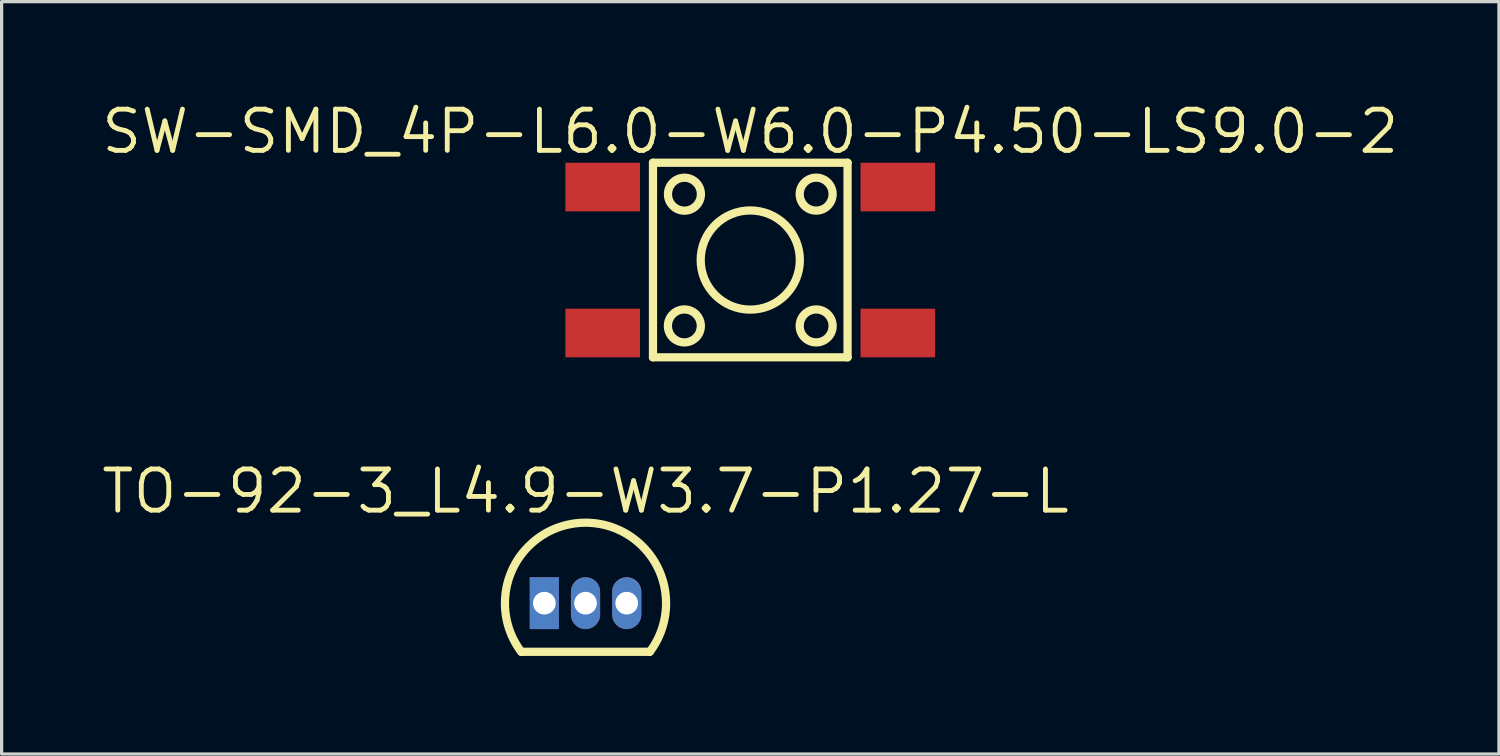
<source format=kicad_pcb>
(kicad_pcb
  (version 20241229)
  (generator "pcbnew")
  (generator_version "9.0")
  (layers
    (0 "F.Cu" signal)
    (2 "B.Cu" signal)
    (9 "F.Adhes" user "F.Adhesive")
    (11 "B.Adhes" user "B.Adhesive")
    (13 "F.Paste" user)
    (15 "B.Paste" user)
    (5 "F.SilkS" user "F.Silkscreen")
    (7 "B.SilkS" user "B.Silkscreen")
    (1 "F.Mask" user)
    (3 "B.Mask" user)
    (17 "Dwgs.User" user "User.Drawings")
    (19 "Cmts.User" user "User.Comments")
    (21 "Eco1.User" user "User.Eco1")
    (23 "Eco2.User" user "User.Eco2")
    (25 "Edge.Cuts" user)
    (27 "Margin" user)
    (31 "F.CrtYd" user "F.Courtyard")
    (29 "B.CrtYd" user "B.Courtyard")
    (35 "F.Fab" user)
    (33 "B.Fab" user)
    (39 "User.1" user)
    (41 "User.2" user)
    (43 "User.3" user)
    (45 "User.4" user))
  (footprint "SW-SMD_4P-L6.0-W6.0-P4.50-LS9.0-2"
    (layer "F.Cu")
    (at 20.085 4.968)
    (property "Reference" "SW-SMD_4P-L6.0-W6.0-P4.50-LS9.0-2" (at 0 -3.962 0) (layer "F.SilkS") (effects (font (size 1.27 1.27) (thickness 0.15))))
    (fp_line (start -3 -3) (end 3 -3) (stroke (width 0.254) (type default)) (layer "F.SilkS"))
    (fp_line (start -3 3) (end -3 -3) (stroke (width 0.254) (type default)) (layer "F.SilkS"))
    (fp_line (start 3 -3) (end 3 3) (stroke (width 0.254) (type default)) (layer "F.SilkS"))
    (fp_line (start 3 3) (end -3 3) (stroke (width 0.254) (type default)) (layer "F.SilkS"))
    (fp_circle (center -2.032 2.032) (end -1.524 2.032) (stroke (width 0.254) (type default)) (fill no) (layer "F.SilkS"))
    (fp_circle (center -2.03 -2.03) (end -1.522 -2.03) (stroke (width 0.254) (type default)) (fill no) (layer "F.SilkS"))
    (fp_circle (center 0 0.0001) (end 1.529 0.0001) (stroke (width 0.254) (type default)) (fill no) (layer "F.SilkS"))
    (fp_circle (center 2.032 -2.032) (end 2.54 -2.032) (stroke (width 0.254) (type default)) (fill no) (layer "F.SilkS"))
    (fp_circle (center 2.032 2.032) (end 2.54 2.032) (stroke (width 0.254) (type default)) (fill no) (layer "F.SilkS"))
    (fp_circle (center -4.5 -3) (end -4.47 -3) (stroke (width 0.06) (type default)) (fill no) (layer "User.5"))
    (pad "1" smd rect (at -4.55 -2.25) (size 2.3 1.5) (layers "F.Cu" "F.Mask" "F.Paste"))
    (pad "2" smd rect (at 4.55 -2.25) (size 2.3 1.5) (layers "F.Cu" "F.Mask" "F.Paste"))
    (pad "3" smd rect (at -4.55 2.25) (size 2.3 1.5) (layers "F.Cu" "F.Mask" "F.Paste"))
    (pad "4" smd rect (at 4.55 2.25) (size 2.3 1.5) (layers "F.Cu" "F.Mask" "F.Paste"))
    (zone (net_name "") (layer "User.3") (hatch edge 0.5) (priority 100) (connect_pads yes) (min_thickness 0) (filled_areas_thickness no) (fill yes) (polygon (pts (xy 17.085 1.968) (xy 23.085 1.968) (xy 23.085 7.968) (xy 17.085 7.968))) (filled_polygon (layer "User.3") (island) (pts (xy 17.085 1.968) (xy 23.085 1.968) (xy 23.085 7.968) (xy 17.085 7.968))))
    (zone (net_name "") (layer "User.4") (hatch edge 0.5) (priority 100) (connect_pads yes) (min_thickness 0) (filled_areas_thickness no) (fill yes) (polygon (pts (xy 15.585 3.068) (xy 15.585 2.368) (xy 16.585 2.368) (xy 16.585 3.068))) (filled_polygon (layer "User.4") (island) (pts (xy 15.585 3.068) (xy 15.585 2.368) (xy 16.585 2.368) (xy 16.585 3.068))))
    (zone (net_name "") (layer "User.4") (hatch edge 0.5) (priority 100) (connect_pads yes) (min_thickness 0) (filled_areas_thickness no) (fill yes) (polygon (pts (xy 15.585 7.568) (xy 15.585 6.868) (xy 16.585 6.868) (xy 16.585 7.568))) (filled_polygon (layer "User.4") (island) (pts (xy 15.585 7.568) (xy 15.585 6.868) (xy 16.585 6.868) (xy 16.585 7.568))))
    (zone (net_name "") (layer "User.4") (hatch edge 0.5) (priority 100) (connect_pads) (min_thickness 0) (filled_areas_thickness no) (keepout (tracks allowed) (vias allowed) (pads allowed) (copperpour not_allowed) (footprints allowed)) (placement (enabled no)) (fill) (polygon (pts (xy 16.575 3.068) (xy 16.575 2.368) (xy 17.095 2.368) (xy 17.095 3.068))))
    (zone (net_name "") (layer "User.4") (hatch edge 0.5) (priority 100) (connect_pads) (min_thickness 0) (filled_areas_thickness no) (keepout (tracks allowed) (vias allowed) (pads allowed) (copperpour not_allowed) (footprints allowed)) (placement (enabled no)) (fill) (polygon (pts (xy 16.575 7.568) (xy 16.575 6.868) (xy 17.095 6.868) (xy 17.095 7.568))))
    (zone (net_name "") (layer "User.4") (hatch edge 0.5) (priority 100) (connect_pads) (min_thickness 0) (filled_areas_thickness no) (keepout (tracks allowed) (vias allowed) (pads allowed) (copperpour not_allowed) (footprints allowed)) (placement (enabled no)) (fill) (polygon (pts (xy 23.075 3.068) (xy 23.075 2.368) (xy 23.595 2.368) (xy 23.595 3.068))))
    (zone (net_name "") (layer "User.4") (hatch edge 0.5) (priority 100) (connect_pads) (min_thickness 0) (filled_areas_thickness no) (keepout (tracks allowed) (vias allowed) (pads allowed) (copperpour not_allowed) (footprints allowed)) (placement (enabled no)) (fill) (polygon (pts (xy 23.075 7.568) (xy 23.075 6.868) (xy 23.595 6.868) (xy 23.595 7.568))))
    (zone (net_name "") (layer "User.4") (hatch edge 0.5) (priority 100) (connect_pads yes) (min_thickness 0) (filled_areas_thickness no) (fill yes) (polygon (pts (xy 23.585 3.068) (xy 23.585 2.368) (xy 24.585 2.368) (xy 24.585 3.068))) (filled_polygon (layer "User.4") (island) (pts (xy 23.585 3.068) (xy 23.585 2.368) (xy 24.585 2.368) (xy 24.585 3.068))))
    (zone (net_name "") (layer "User.4") (hatch edge 0.5) (priority 100) (connect_pads yes) (min_thickness 0) (filled_areas_thickness no) (fill yes) (polygon (pts (xy 23.585 7.568) (xy 23.585 6.868) (xy 24.585 6.868) (xy 24.585 7.568))) (filled_polygon (layer "User.4") (island) (pts (xy 23.585 7.568) (xy 23.585 6.868) (xy 24.585 6.868) (xy 24.585 7.568)))))
  (footprint "TO-92-3_L4.9-W3.7-P1.27-L"
    (layer "F.Cu")
    (at 15.005 15.549)
    (property "Reference" "TO-92-3_L4.9-W3.7-P1.27-L" (at 0 -3.448 0) (layer "F.SilkS") (effects (font (size 1.27 1.27) (thickness 0.15))))
    (fp_line (start 1.98 1.5) (end -1.98 1.5) (stroke (width 0.254) (type default)) (layer "F.SilkS"))
    (fp_arc (start -1.9812 1.5011) (mid 0 -2.48132) (end 1.9812 1.5011) (stroke (width 0.254) (type default)) (layer "F.SilkS"))
    (fp_circle (center -2.484 1.5) (end -2.454 1.5) (stroke (width 0.06) (type default)) (fill no) (layer "User.5"))
    (pad "1" thru_hole rect (at -1.27 0) (size 0.9 1.6) (drill 0.7) (layers "*.Cu" "*.Mask"))
    (pad "2" thru_hole oval (at 0 0) (size 0.9 1.6) (drill 0.7) (layers "*.Cu" "*.Mask"))
    (pad "3" thru_hole oval (at 1.27 0) (size 0.9 1.6) (drill 0.7) (layers "*.Cu" "*.Mask"))
    (zone (net_name "") (layer "Dwgs.User") (hatch edge 0.5) (priority 100) (connect_pads yes) (min_thickness 0) (filled_areas_thickness no) (fill yes) (polygon (pts (xy 13.1 16.946) (xy 16.91 16.946) (xy 16.91 17.2) (xy 13.1 17.2))) (filled_polygon (layer "Dwgs.User") (island) (pts (xy 13.1 16.946) (xy 16.91 16.946) (xy 16.91 17.2) (xy 13.1 17.2))))
    (zone (net_name "") (layer "Dwgs.User") (hatch edge 0.5) (priority 100) (connect_pads yes) (min_thickness 0) (filled_areas_thickness no) (fill yes) (polygon (pts (xy 12.715 14.389) (arc (start 12.969382 14.388954) (mid 15.001382 13.166447) (end 17.033382 14.388954)) (xy 17.287 14.389) (arc (start 17.160382 14.134954) (mid 15.001382 12.941862) (end 12.842382 14.134954)))) (filled_polygon (layer "Dwgs.User") (island) (pts (xy 12.715 14.389) (arc (start 12.969382 14.388954) (mid 15.001382 13.166447) (end 17.033382 14.388954)) (xy 17.287 14.389) (arc (start 17.160382 14.134954) (mid 15.001382 12.941862) (end 12.842382 14.134954)))))
    (zone (net_name "") (layer "User.3") (hatch edge 0.5) (priority 100) (connect_pads yes) (min_thickness 0) (filled_areas_thickness no) (fill yes) (polygon (pts (xy 13.025 17.049) (xy 16.985 17.049) (xy 17.194 16.707) (xy 17.348 16.344) (xy 17.462 15.946) (xy 17.489 15.549) (arc (start 17.489382 15.430854) (mid 16.798125 13.762011) (end 15.129282 13.070754)) (arc (start 14.878782 13.070754) (mid 13.214111 13.760283) (end 12.524582 15.424954)) (xy 12.525 15.546) (xy 12.521 15.549) (xy 12.539 15.756) (xy 12.563 15.954) (xy 12.606 16.147) (xy 12.665 16.34) (xy 12.74 16.534) (xy 12.825 16.705))) (filled_polygon (layer "User.3") (island) (pts (xy 13.025 17.049) (xy 16.985 17.049) (xy 17.194 16.707) (xy 17.348 16.344) (xy 17.462 15.946) (xy 17.489 15.549) (arc (start 17.489382 15.430854) (mid 16.798125 13.762011) (end 15.129282 13.070754)) (arc (start 14.878782 13.070754) (mid 13.214111 13.760283) (end 12.524582 15.424954)) (xy 12.525 15.546) (xy 12.521 15.549) (xy 12.539 15.756) (xy 12.563 15.954) (xy 12.606 16.147) (xy 12.665 16.34) (xy 12.74 16.534) (xy 12.825 16.705))))
    (zone (net_name "") (layer "User.4") (hatch edge 0.5) (priority 100) (connect_pads yes) (min_thickness 0) (filled_areas_thickness no) (fill yes) (polygon (pts (xy 13.5 15.769) (xy 13.5 15.329) (xy 13.97 15.329) (xy 13.97 15.769))) (filled_polygon (layer "User.4") (island) (pts (xy 13.5 15.769) (xy 13.5 15.329) (xy 13.97 15.329) (xy 13.97 15.769))))
    (zone (net_name "") (layer "User.4") (hatch edge 0.5) (priority 100) (connect_pads yes) (min_thickness 0) (filled_areas_thickness no) (fill yes) (polygon (pts (xy 14.77 15.769) (xy 14.77 15.329) (xy 15.24 15.329) (xy 15.24 15.769))) (filled_polygon (layer "User.4") (island) (pts (xy 14.77 15.769) (xy 14.77 15.329) (xy 15.24 15.329) (xy 15.24 15.769))))
    (zone (net_name "") (layer "User.4") (hatch edge 0.5) (priority 100) (connect_pads yes) (min_thickness 0) (filled_areas_thickness no) (fill yes) (polygon (pts (xy 16.04 15.769) (xy 16.04 15.329) (xy 16.51 15.329) (xy 16.51 15.769))) (filled_polygon (layer "User.4") (island) (pts (xy 16.04 15.769) (xy 16.04 15.329) (xy 16.51 15.329) (xy 16.51 15.769)))))
  (gr_rect
    (start -3 -3)
    (end 43.171 20.2)
    (stroke (width 0.1) (type default))
    (fill no)
    (layer "Edge.Cuts")))
</source>
